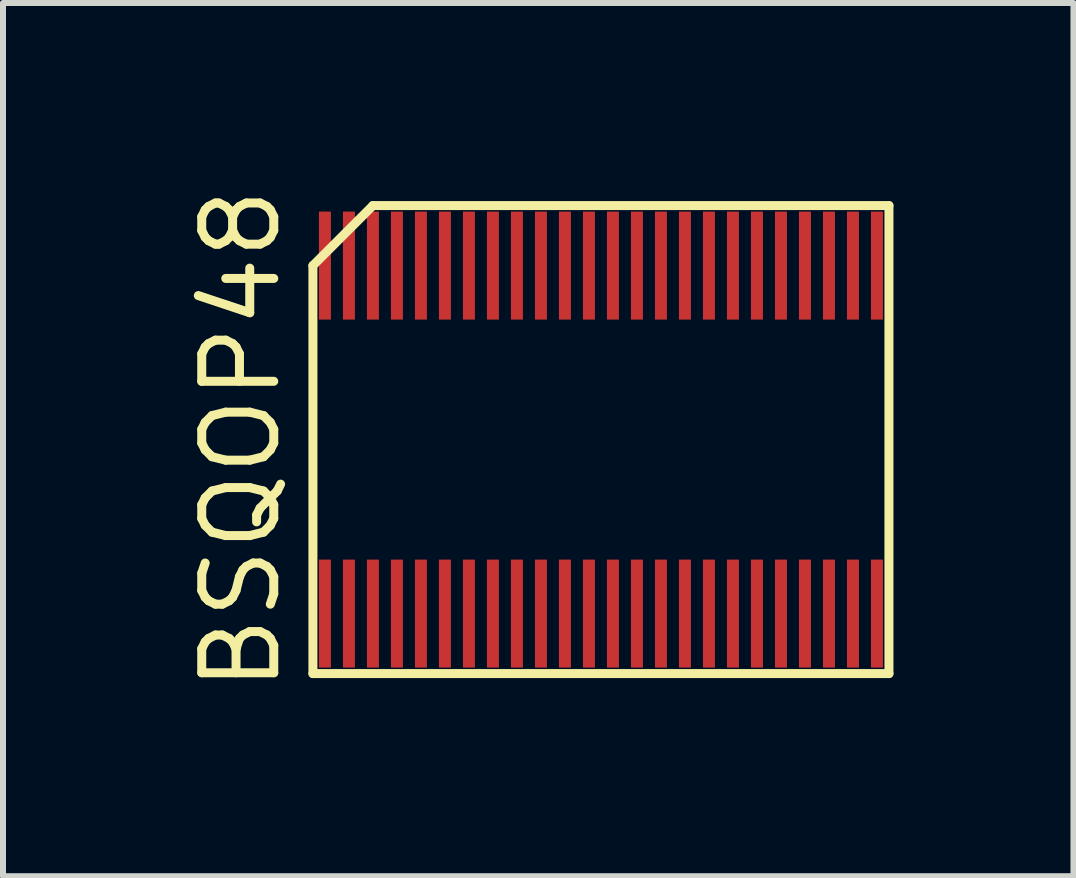
<source format=kicad_pcb>
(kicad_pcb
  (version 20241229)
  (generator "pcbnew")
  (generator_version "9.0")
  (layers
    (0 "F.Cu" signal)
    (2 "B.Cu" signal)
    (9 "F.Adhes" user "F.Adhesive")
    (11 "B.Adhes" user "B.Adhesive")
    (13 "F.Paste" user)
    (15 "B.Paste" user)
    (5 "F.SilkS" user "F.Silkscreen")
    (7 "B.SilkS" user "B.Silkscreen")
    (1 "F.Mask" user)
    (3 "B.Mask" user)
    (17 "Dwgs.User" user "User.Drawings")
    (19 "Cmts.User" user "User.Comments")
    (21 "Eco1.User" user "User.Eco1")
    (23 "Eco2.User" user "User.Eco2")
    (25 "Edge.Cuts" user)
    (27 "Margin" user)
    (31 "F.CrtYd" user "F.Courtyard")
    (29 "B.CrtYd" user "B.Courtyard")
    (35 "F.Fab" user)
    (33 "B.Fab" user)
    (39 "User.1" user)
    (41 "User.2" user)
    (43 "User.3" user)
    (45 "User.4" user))
  (footprint "BSQOP48"
    (layer "F.Cu")
    (at 6.965 4.276)
    (property "Reference" "BSQOP48" (at -6 0 90) (layer "F.SilkS") (effects (font (size 1.2 1.2) (thickness 0.15))))
    (attr through_hole)
    (fp_line (start -4.8 -2.9) (end -4.8 3.9) (stroke (width 0.15) (type solid)) (layer "F.SilkS"))
    (fp_line (start -4.8 3.9) (end 4.8 3.9) (stroke (width 0.15) (type solid)) (layer "F.SilkS"))
    (fp_line (start -3.8 -3.9) (end -4.8 -2.9) (stroke (width 0.15) (type solid)) (layer "F.SilkS"))
    (fp_line (start 4.8 -3.9) (end -3.8 -3.9) (stroke (width 0.15) (type solid)) (layer "F.SilkS"))
    (fp_line (start 4.8 3.9) (end 4.8 -3.9) (stroke (width 0.15) (type solid)) (layer "F.SilkS"))
    (pad "1" smd rect (at -4.6 2.9) (size 0.2 1.8) (layers "F.Cu" "F.Mask" "F.Paste"))
    (pad "2" smd rect (at -4.2 2.9) (size 0.2 1.8) (layers "F.Cu" "F.Mask" "F.Paste"))
    (pad "3" smd rect (at -3.8 2.9) (size 0.2 1.8) (layers "F.Cu" "F.Mask" "F.Paste"))
    (pad "4" smd rect (at -3.4 2.9) (size 0.2 1.8) (layers "F.Cu" "F.Mask" "F.Paste"))
    (pad "5" smd rect (at -3 2.9) (size 0.2 1.8) (layers "F.Cu" "F.Mask" "F.Paste"))
    (pad "6" smd rect (at -2.6 2.9) (size 0.2 1.8) (layers "F.Cu" "F.Mask" "F.Paste"))
    (pad "7" smd rect (at -2.2 2.9) (size 0.2 1.8) (layers "F.Cu" "F.Mask" "F.Paste"))
    (pad "8" smd rect (at -1.8 2.9) (size 0.2 1.8) (layers "F.Cu" "F.Mask" "F.Paste"))
    (pad "9" smd rect (at -1.4 2.9) (size 0.2 1.8) (layers "F.Cu" "F.Mask" "F.Paste"))
    (pad "10" smd rect (at -1 2.9) (size 0.2 1.8) (layers "F.Cu" "F.Mask" "F.Paste"))
    (pad "11" smd rect (at -0.6 2.9) (size 0.2 1.8) (layers "F.Cu" "F.Mask" "F.Paste"))
    (pad "12" smd rect (at -0.2 2.9) (size 0.2 1.8) (layers "F.Cu" "F.Mask" "F.Paste"))
    (pad "13" smd rect (at 0.2 2.9) (size 0.2 1.8) (layers "F.Cu" "F.Mask" "F.Paste"))
    (pad "14" smd rect (at 0.6 2.9) (size 0.2 1.8) (layers "F.Cu" "F.Mask" "F.Paste"))
    (pad "15" smd rect (at 1 2.9) (size 0.2 1.8) (layers "F.Cu" "F.Mask" "F.Paste"))
    (pad "16" smd rect (at 1.4 2.9) (size 0.2 1.8) (layers "F.Cu" "F.Mask" "F.Paste"))
    (pad "17" smd rect (at 1.8 2.9) (size 0.2 1.8) (layers "F.Cu" "F.Mask" "F.Paste"))
    (pad "18" smd rect (at 2.2 2.9) (size 0.2 1.8) (layers "F.Cu" "F.Mask" "F.Paste"))
    (pad "19" smd rect (at 2.6 2.9) (size 0.2 1.8) (layers "F.Cu" "F.Mask" "F.Paste"))
    (pad "20" smd rect (at 3 2.9) (size 0.2 1.8) (layers "F.Cu" "F.Mask" "F.Paste"))
    (pad "21" smd rect (at 3.4 2.9) (size 0.2 1.8) (layers "F.Cu" "F.Mask" "F.Paste"))
    (pad "22" smd rect (at 3.8 2.9) (size 0.2 1.8) (layers "F.Cu" "F.Mask" "F.Paste"))
    (pad "23" smd rect (at 4.2 2.9) (size 0.2 1.8) (layers "F.Cu" "F.Mask" "F.Paste"))
    (pad "24" smd rect (at 4.6 2.9) (size 0.2 1.8) (layers "F.Cu" "F.Mask" "F.Paste"))
    (pad "25" smd rect (at 4.6 -2.9) (size 0.2 1.8) (layers "F.Cu" "F.Mask" "F.Paste"))
    (pad "26" smd rect (at 4.2 -2.9) (size 0.2 1.8) (layers "F.Cu" "F.Mask" "F.Paste"))
    (pad "27" smd rect (at 3.8 -2.9) (size 0.2 1.8) (layers "F.Cu" "F.Mask" "F.Paste"))
    (pad "28" smd rect (at 3.4 -2.9) (size 0.2 1.8) (layers "F.Cu" "F.Mask" "F.Paste"))
    (pad "29" smd rect (at 3 -2.9) (size 0.2 1.8) (layers "F.Cu" "F.Mask" "F.Paste"))
    (pad "30" smd rect (at 2.6 -2.9) (size 0.2 1.8) (layers "F.Cu" "F.Mask" "F.Paste"))
    (pad "31" smd rect (at 2.2 -2.9) (size 0.2 1.8) (layers "F.Cu" "F.Mask" "F.Paste"))
    (pad "32" smd rect (at 1.8 -2.9) (size 0.2 1.8) (layers "F.Cu" "F.Mask" "F.Paste"))
    (pad "33" smd rect (at 1.4 -2.9) (size 0.2 1.8) (layers "F.Cu" "F.Mask" "F.Paste"))
    (pad "34" smd rect (at 1 -2.9) (size 0.2 1.8) (layers "F.Cu" "F.Mask" "F.Paste"))
    (pad "35" smd rect (at 0.6 -2.9) (size 0.2 1.8) (layers "F.Cu" "F.Mask" "F.Paste"))
    (pad "36" smd rect (at 0.2 -2.9) (size 0.2 1.8) (layers "F.Cu" "F.Mask" "F.Paste"))
    (pad "37" smd rect (at -0.2 -2.9) (size 0.2 1.8) (layers "F.Cu" "F.Mask" "F.Paste"))
    (pad "38" smd rect (at -0.6 -2.9) (size 0.2 1.8) (layers "F.Cu" "F.Mask" "F.Paste"))
    (pad "39" smd rect (at -1 -2.9) (size 0.2 1.8) (layers "F.Cu" "F.Mask" "F.Paste"))
    (pad "40" smd rect (at -1.4 -2.9) (size 0.2 1.8) (layers "F.Cu" "F.Mask" "F.Paste"))
    (pad "41" smd rect (at -1.8 -2.9) (size 0.2 1.8) (layers "F.Cu" "F.Mask" "F.Paste"))
    (pad "42" smd rect (at -2.2 -2.9) (size 0.2 1.8) (layers "F.Cu" "F.Mask" "F.Paste"))
    (pad "43" smd rect (at -2.6 -2.9) (size 0.2 1.8) (layers "F.Cu" "F.Mask" "F.Paste"))
    (pad "44" smd rect (at -3 -2.9) (size 0.2 1.8) (layers "F.Cu" "F.Mask" "F.Paste"))
    (pad "45" smd rect (at -3.4 -2.9) (size 0.2 1.8) (layers "F.Cu" "F.Mask" "F.Paste"))
    (pad "46" smd rect (at -3.8 -2.9) (size 0.2 1.8) (layers "F.Cu" "F.Mask" "F.Paste"))
    (pad "47" smd rect (at -4.2 -2.9) (size 0.2 1.8) (layers "F.Cu" "F.Mask" "F.Paste"))
    (pad "48" smd rect (at -4.6 -2.9) (size 0.2 1.8) (layers "F.Cu" "F.Mask" "F.Paste")))
  (gr_rect
    (start -3 -3)
    (end 14.84 11.553)
    (stroke (width 0.1) (type default))
    (fill no)
    (layer "Edge.Cuts")))
</source>
